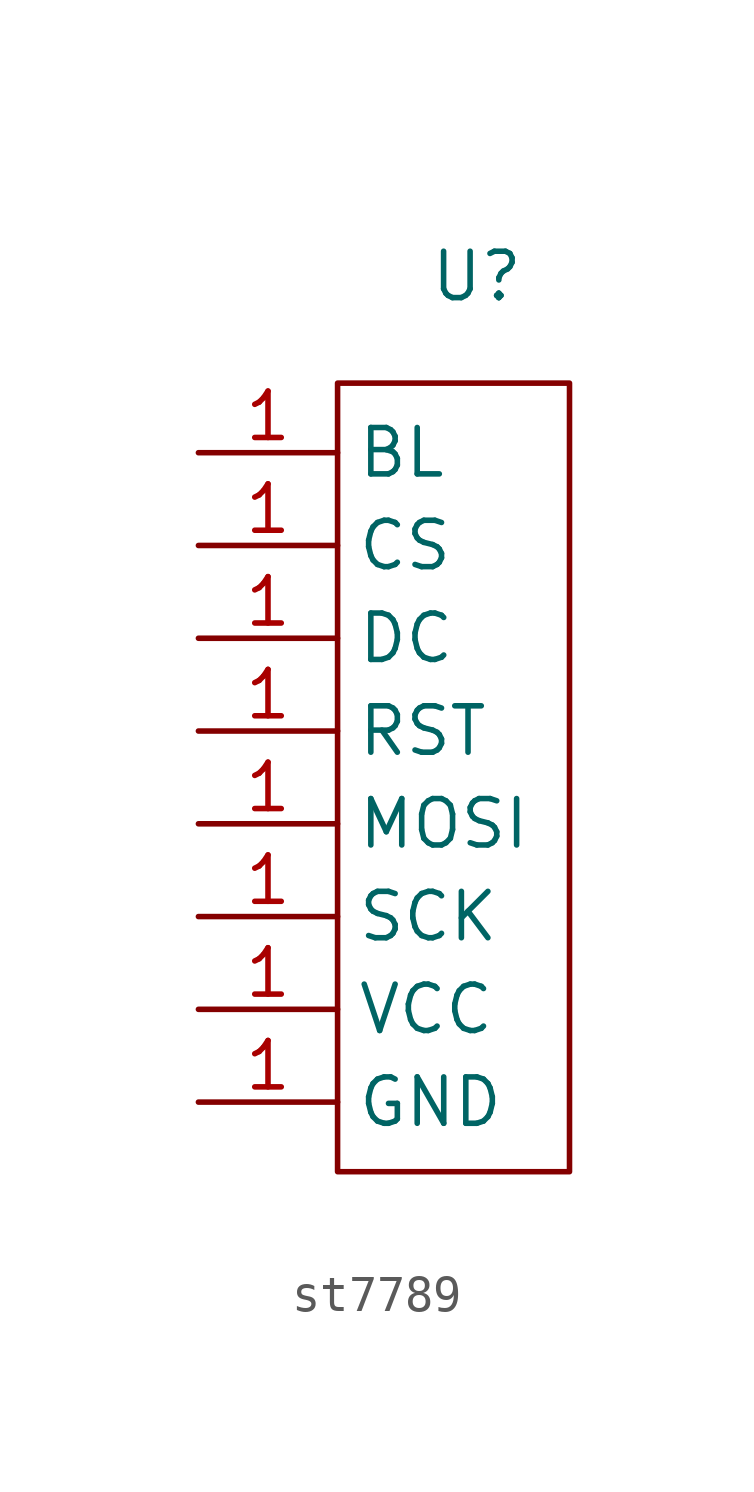
<source format=kicad_sym>
(kicad_symbol_lib
  (version 20231120)
  (generator "kicad_symbol_editor")
  (generator_version "8.0")
  (symbol "st7789"
    (property "Reference" "U"
      (at 0 8.636 0)
      (effects (font (size 1.27 1.27))))
    (property "Value" ""
      (at 0 0 0)
      (effects (font (size 1.27 1.27))))
    (symbol "st7789_0_1"
      (rectangle (start -3.81 5.715) (end 2.54 -15.875) (stroke (width 0) (type default)) (fill (type none))))
    (symbol "st7789_1_1"
      (pin input line (at -7.62 3.81 0) (length 3.81) (name "BL" (effects (font (size 1.27 1.27)))) (number "1" (effects (font (size 1.27 1.27)))))
      (pin input line (at -7.62 1.27 0) (length 3.81) (name "CS" (effects (font (size 1.27 1.27)))) (number "1" (effects (font (size 1.27 1.27)))))
      (pin input line (at -7.62 -1.27 0) (length 3.81) (name "DC" (effects (font (size 1.27 1.27)))) (number "1" (effects (font (size 1.27 1.27)))))
      (pin input line (at -7.62 -13.97 0) (length 3.81) (name "GND" (effects (font (size 1.27 1.27)))) (number "1" (effects (font (size 1.27 1.27)))))
      (pin input line (at -7.62 -6.35 0) (length 3.81) (name "MOSI" (effects (font (size 1.27 1.27)))) (number "1" (effects (font (size 1.27 1.27)))))
      (pin input line (at -7.62 -3.81 0) (length 3.81) (name "RST" (effects (font (size 1.27 1.27)))) (number "1" (effects (font (size 1.27 1.27)))))
      (pin input line (at -7.62 -8.89 0) (length 3.81) (name "SCK" (effects (font (size 1.27 1.27)))) (number "1" (effects (font (size 1.27 1.27)))))
      (pin input line (at -7.62 -11.43 0) (length 3.81) (name "VCC" (effects (font (size 1.27 1.27)))) (number "1" (effects (font (size 1.27 1.27))))))))
</source>
